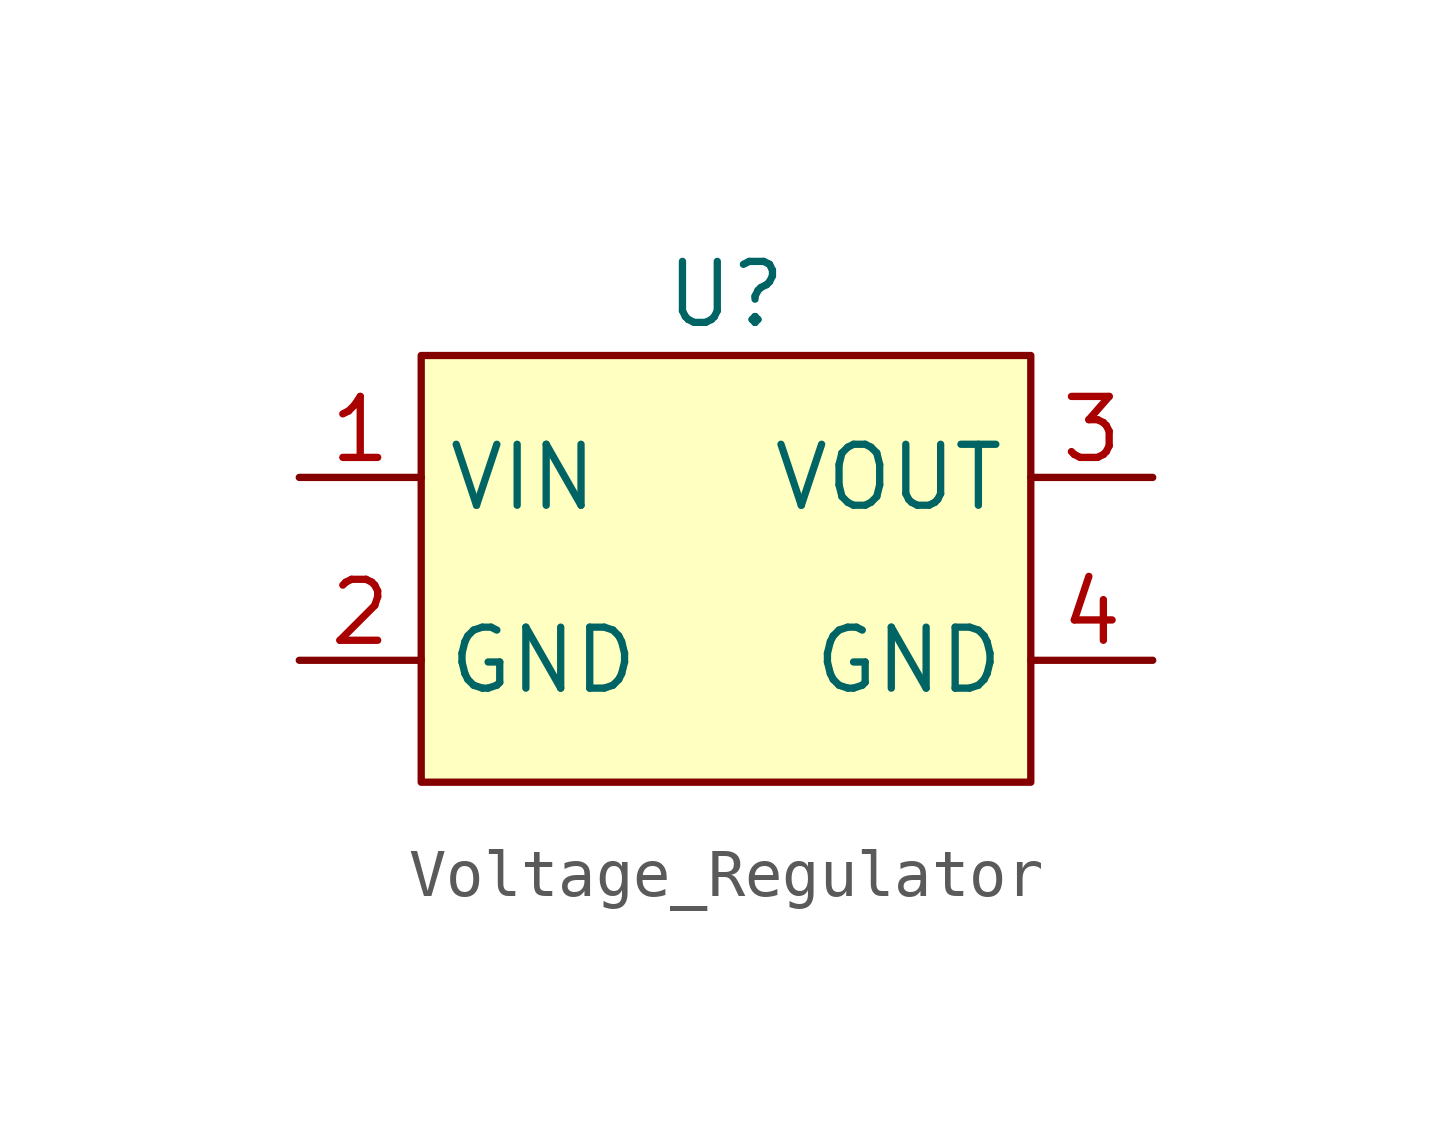
<source format=kicad_sym>
(kicad_symbol_lib
  (version 20241209)
  (generator "kicad_symbol_editor")
  (generator_version "9.0")
  (symbol "Voltage_Regulator"
    (property "Reference" "U"
      (at 0 0 0)
      (effects (font (size 1.27 1.27))))
    (property "Value" ""
      (at 0 0 0)
      (effects (font (size 1.27 1.27))))
    (symbol "Voltage_Regulator_0_1"
      (rectangle (start -6.35 -1.27) (end 6.35 -10.16) (stroke (width 0) (type default)) (fill (type background))))
    (symbol "Voltage_Regulator_1_1"
      (pin input line (at -8.89 -3.81 0) (length 2.54) (name "VIN" (effects (font (size 1.27 1.27)))) (number "1" (effects (font (size 1.27 1.27)))))
      (pin input line (at -8.89 -7.62 0) (length 2.54) (name "GND" (effects (font (size 1.27 1.27)))) (number "2" (effects (font (size 1.27 1.27)))))
      (pin output line (at 8.89 -3.81 180) (length 2.54) (name "VOUT" (effects (font (size 1.27 1.27)))) (number "3" (effects (font (size 1.27 1.27)))))
      (pin output line (at 8.89 -7.62 180) (length 2.54) (name "GND" (effects (font (size 1.27 1.27)))) (number "4" (effects (font (size 1.27 1.27))))))))
</source>
